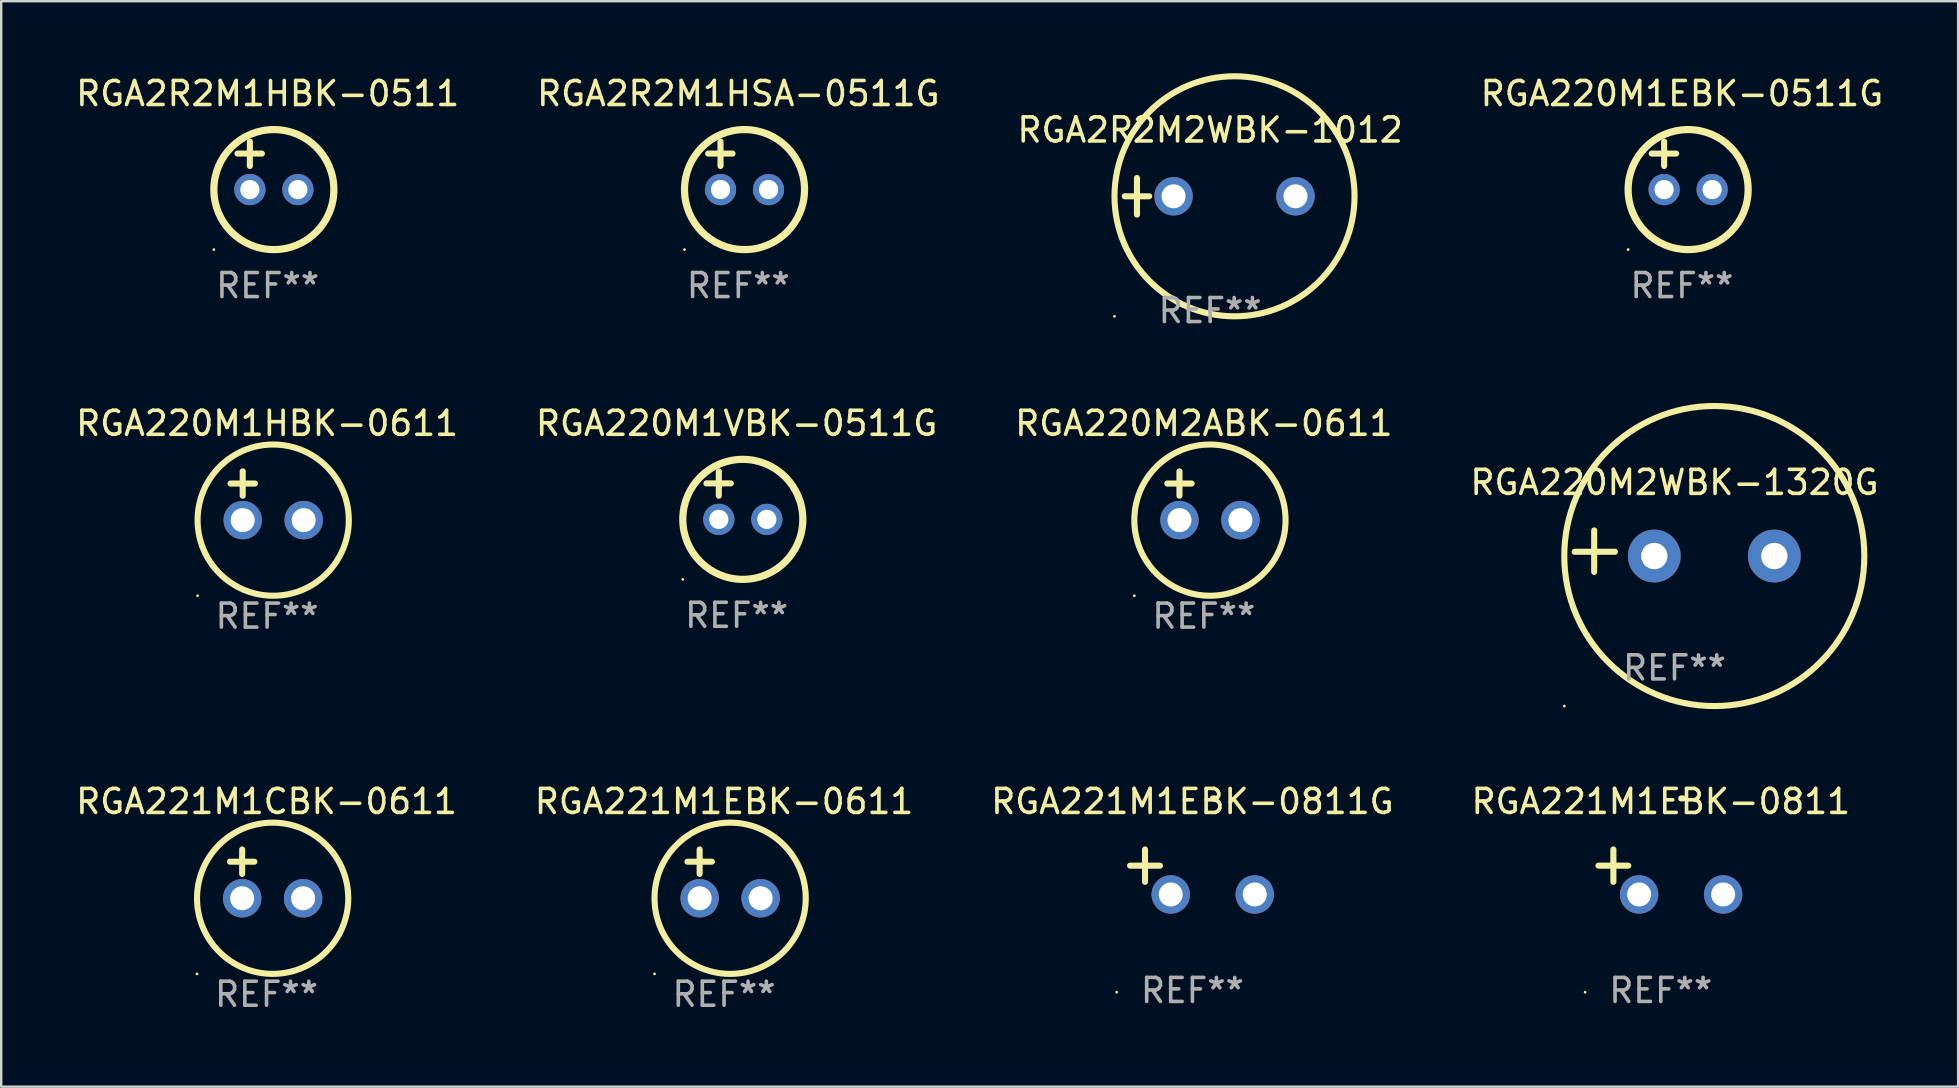
<source format=kicad_pcb>
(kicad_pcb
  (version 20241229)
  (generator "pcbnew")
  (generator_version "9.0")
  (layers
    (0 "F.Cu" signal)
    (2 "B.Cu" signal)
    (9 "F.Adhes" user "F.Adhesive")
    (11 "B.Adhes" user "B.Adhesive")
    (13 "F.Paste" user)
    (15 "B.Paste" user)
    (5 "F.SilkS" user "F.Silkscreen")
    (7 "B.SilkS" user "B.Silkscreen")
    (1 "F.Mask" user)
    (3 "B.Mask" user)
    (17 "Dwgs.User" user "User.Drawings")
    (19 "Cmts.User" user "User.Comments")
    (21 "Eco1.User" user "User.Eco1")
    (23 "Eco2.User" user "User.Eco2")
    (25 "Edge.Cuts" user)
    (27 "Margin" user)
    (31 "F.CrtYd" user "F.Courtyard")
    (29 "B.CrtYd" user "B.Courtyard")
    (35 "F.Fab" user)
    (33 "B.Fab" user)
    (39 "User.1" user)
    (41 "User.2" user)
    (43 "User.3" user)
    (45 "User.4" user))
  (footprint "RGA221M1EBK-0811G"
    (layer "F.Cu")
    (at 46.625 33.276)
    (property "Reference" "RGA221M1EBK-0811G" (at 0 -2.937 0) (layer "F.SilkS") (effects (font (size 1 1) (thickness 0.15))))
    (attr through_hole)
    (fp_line (start -1.975 0.41) (end -1.975 -0.937) (stroke (width 0.254) (type solid)) (layer "F.SilkS"))
    (fp_line (start -1.353 -0.263) (end -2.597 -0.263) (stroke (width 0.254) (type solid)) (layer "F.SilkS"))
    (fp_arc (start 0.849809 -3.063957) (mid 0.885369 -3.064114) (end 0.920929 -3.063957) (stroke (width 0.254001) (type solid)) (layer "F.SilkS"))
    (fp_circle (center -3.154 5.008) (end -3.124 5.008) (stroke (width 0.06) (type solid)) (fill no) (layer "F.SilkS"))
    (fp_text user "REF**" (at 0 4.937 0) (layer "F.Fab") (effects (font (size 1 1) (thickness 0.15))))
    (pad "1" thru_hole circle (at -0.903 0.937) (size 1.6 1.6) (drill 1) (layers "*.Cu" "*.Mask"))
    (pad "2" thru_hole circle (at 2.597 0.937) (size 1.6 1.6) (drill 1) (layers "*.Cu" "*.Mask")))
  (footprint "RGA2R2M2WBK-1012"
    (layer "F.Cu")
    (at 47.363 5.127)
    (property "Reference" "RGA2R2M2WBK-1012" (at 0 -2.762 0) (layer "F.SilkS") (effects (font (size 1 1) (thickness 0.15))))
    (attr through_hole)
    (fp_line (start -3.556 0) (end -2.54 0) (stroke (width 0.254) (type solid)) (layer "F.SilkS"))
    (fp_line (start -3.048 -0.762) (end -3.048 0.762) (stroke (width 0.254) (type solid)) (layer "F.SilkS"))
    (fp_circle (center -3.984 5) (end -3.954 5) (stroke (width 0.06) (type solid)) (fill no) (layer "F.SilkS"))
    (fp_circle (center 1.016 0) (end 6.016 0) (stroke (width 0.254) (type solid)) (fill no) (layer "F.SilkS"))
    (fp_text user "REF**" (at 0 4.762 0) (layer "F.Fab") (effects (font (size 1 1) (thickness 0.15))))
    (pad "1" thru_hole circle (at -1.524 0) (size 1.6 1.6) (drill 1) (layers "*.Cu" "*.Mask"))
    (pad "2" thru_hole circle (at 3.556 0) (size 1.6 1.6) (drill 1) (layers "*.Cu" "*.Mask")))
  (footprint "RGA220M1HBK-0611"
    (layer "F.Cu")
    (at 8.077 17.602)
    (property "Reference" "RGA220M1HBK-0611" (at 0 -3.016 0) (layer "F.SilkS") (effects (font (size 1 1) (thickness 0.15))))
    (attr through_hole)
    (fp_line (start -1.524 -0.508) (end -0.508 -0.508) (stroke (width 0.254) (type solid)) (layer "F.SilkS"))
    (fp_line (start -1.016 -1.016) (end -1.016 0) (stroke (width 0.254) (type solid)) (layer "F.SilkS"))
    (fp_circle (center -2.896 4.166) (end -2.866 4.166) (stroke (width 0.06) (type solid)) (fill no) (layer "F.SilkS"))
    (fp_circle (center 0.254 1.016) (end 3.404 1.016) (stroke (width 0.254) (type solid)) (fill no) (layer "F.SilkS"))
    (fp_text user "REF**" (at 0 5.016 0) (layer "F.Fab") (effects (font (size 1 1) (thickness 0.15))))
    (pad "1" thru_hole circle (at -1.016 1.016) (size 1.6 1.6) (drill 1) (layers "*.Cu" "*.Mask"))
    (pad "2" thru_hole circle (at 1.524 1.016) (size 1.6 1.6) (drill 1) (layers "*.Cu" "*.Mask")))
  (footprint "RGA2R2M1HSA-0511G"
    (layer "F.Cu")
    (at 27.708 3.848)
    (property "Reference" "RGA2R2M1HSA-0511G" (at 0 -3 0) (layer "F.SilkS") (effects (font (size 1 1) (thickness 0.15))))
    (attr through_hole)
    (fp_line (start -1.258 -0.5) (end -0.242 -0.5) (stroke (width 0.254) (type solid)) (layer "F.SilkS"))
    (fp_line (start -0.742 -1) (end -0.742 0.016) (stroke (width 0.254) (type solid)) (layer "F.SilkS"))
    (fp_circle (center -2.242 3.5) (end -2.212 3.5) (stroke (width 0.06) (type solid)) (fill no) (layer "F.SilkS"))
    (fp_circle (center 0.258 1) (end 2.758 1) (stroke (width 0.3) (type solid)) (fill no) (layer "F.SilkS"))
    (fp_text user "REF**" (at 0 5 0) (layer "F.Fab") (effects (font (size 1 1) (thickness 0.15))))
    (pad "1" thru_hole circle (at -0.742 1) (size 1.3 1.3) (drill 0.8) (layers "*.Cu" "*.Mask"))
    (pad "2" thru_hole circle (at 1.258 1) (size 1.3 1.3) (drill 0.8) (layers "*.Cu" "*.Mask")))
  (footprint "RGA220M2ABK-0611"
    (layer "F.Cu")
    (at 47.101 17.602)
    (property "Reference" "RGA220M2ABK-0611" (at 0 -3.016 0) (layer "F.SilkS") (effects (font (size 1 1) (thickness 0.15))))
    (attr through_hole)
    (fp_line (start -1.524 -0.508) (end -0.508 -0.508) (stroke (width 0.254) (type solid)) (layer "F.SilkS"))
    (fp_line (start -1.016 -1.016) (end -1.016 0) (stroke (width 0.254) (type solid)) (layer "F.SilkS"))
    (fp_circle (center -2.896 4.166) (end -2.866 4.166) (stroke (width 0.06) (type solid)) (fill no) (layer "F.SilkS"))
    (fp_circle (center 0.254 1.016) (end 3.404 1.016) (stroke (width 0.254) (type solid)) (fill no) (layer "F.SilkS"))
    (fp_text user "REF**" (at 0 5.016 0) (layer "F.Fab") (effects (font (size 1 1) (thickness 0.15))))
    (pad "1" thru_hole circle (at -1.016 1.016) (size 1.6 1.6) (drill 1) (layers "*.Cu" "*.Mask"))
    (pad "2" thru_hole circle (at 1.524 1.016) (size 1.6 1.6) (drill 1) (layers "*.Cu" "*.Mask")))
  (footprint "RGA2R2M1HBK-0511"
    (layer "F.Cu")
    (at 8.101 3.848)
    (property "Reference" "RGA2R2M1HBK-0511" (at 0 -3 0) (layer "F.SilkS") (effects (font (size 1 1) (thickness 0.15))))
    (attr through_hole)
    (fp_line (start -1.258 -0.5) (end -0.242 -0.5) (stroke (width 0.254) (type solid)) (layer "F.SilkS"))
    (fp_line (start -0.742 -1) (end -0.742 0.016) (stroke (width 0.254) (type solid)) (layer "F.SilkS"))
    (fp_circle (center -2.242 3.5) (end -2.212 3.5) (stroke (width 0.06) (type solid)) (fill no) (layer "F.SilkS"))
    (fp_circle (center 0.258 1) (end 2.758 1) (stroke (width 0.3) (type solid)) (fill no) (layer "F.SilkS"))
    (fp_text user "REF**" (at 0 5 0) (layer "F.Fab") (effects (font (size 1 1) (thickness 0.15))))
    (pad "1" thru_hole circle (at -0.742 1) (size 1.3 1.3) (drill 0.8) (layers "*.Cu" "*.Mask"))
    (pad "2" thru_hole circle (at 1.258 1) (size 1.3 1.3) (drill 0.8) (layers "*.Cu" "*.Mask")))
  (footprint "RGA220M1VBK-0511G"
    (layer "F.Cu")
    (at 27.637 17.586)
    (property "Reference" "RGA220M1VBK-0511G" (at 0 -3 0) (layer "F.SilkS") (effects (font (size 1 1) (thickness 0.15))))
    (attr through_hole)
    (fp_line (start -1.258 -0.5) (end -0.242 -0.5) (stroke (width 0.254) (type solid)) (layer "F.SilkS"))
    (fp_line (start -0.742 -1) (end -0.742 0.016) (stroke (width 0.254) (type solid)) (layer "F.SilkS"))
    (fp_circle (center -2.242 3.5) (end -2.212 3.5) (stroke (width 0.06) (type solid)) (fill no) (layer "F.SilkS"))
    (fp_circle (center 0.258 1) (end 2.758 1) (stroke (width 0.3) (type solid)) (fill no) (layer "F.SilkS"))
    (fp_text user "REF**" (at 0 5 0) (layer "F.Fab") (effects (font (size 1 1) (thickness 0.15))))
    (pad "1" thru_hole circle (at -0.742 1) (size 1.3 1.3) (drill 0.8) (layers "*.Cu" "*.Mask"))
    (pad "2" thru_hole circle (at 1.258 1) (size 1.3 1.3) (drill 0.8) (layers "*.Cu" "*.Mask")))
  (footprint "RGA220M2WBK-1320G"
    (layer "F.Cu")
    (at 66.708 19.911)
    (property "Reference" "RGA220M2WBK-1320G" (at 0 -2.864 0) (layer "F.SilkS") (effects (font (size 1 1) (thickness 0.15))))
    (attr through_hole)
    (fp_line (start -3.346 0.864) (end -3.346 -0.864) (stroke (width 0.254) (type solid)) (layer "F.SilkS"))
    (fp_line (start -2.482 0.025) (end -4.158 0.025) (stroke (width 0.254) (type solid)) (layer "F.SilkS"))
    (fp_circle (center -4.592 6.453) (end -4.562 6.453) (stroke (width 0.06) (type solid)) (fill no) (layer "F.SilkS"))
    (fp_circle (center 1.658 0.203) (end 7.908 0.203) (stroke (width 0.254) (type solid)) (fill no) (layer "F.SilkS"))
    (fp_text user "REF**" (at 0 4.864 0) (layer "F.Fab") (effects (font (size 1 1) (thickness 0.15))))
    (pad "1" thru_hole circle (at -0.842 0.203) (size 2.2 2.2) (drill 1.1) (layers "*.Cu" "*.Mask"))
    (pad "2" thru_hole circle (at 4.158 0.203) (size 2.2 2.2) (drill 1.1) (layers "*.Cu" "*.Mask")))
  (footprint "RGA221M1CBK-0611"
    (layer "F.Cu")
    (at 8.054 33.355)
    (property "Reference" "RGA221M1CBK-0611" (at 0 -3.016 0) (layer "F.SilkS") (effects (font (size 1 1) (thickness 0.15))))
    (attr through_hole)
    (fp_line (start -1.524 -0.508) (end -0.508 -0.508) (stroke (width 0.254) (type solid)) (layer "F.SilkS"))
    (fp_line (start -1.016 -1.016) (end -1.016 0) (stroke (width 0.254) (type solid)) (layer "F.SilkS"))
    (fp_circle (center -2.896 4.166) (end -2.866 4.166) (stroke (width 0.06) (type solid)) (fill no) (layer "F.SilkS"))
    (fp_circle (center 0.254 1.016) (end 3.404 1.016) (stroke (width 0.254) (type solid)) (fill no) (layer "F.SilkS"))
    (fp_text user "REF**" (at 0 5.016 0) (layer "F.Fab") (effects (font (size 1 1) (thickness 0.15))))
    (pad "1" thru_hole circle (at -1.016 1.016) (size 1.6 1.6) (drill 1) (layers "*.Cu" "*.Mask"))
    (pad "2" thru_hole circle (at 1.524 1.016) (size 1.6 1.6) (drill 1) (layers "*.Cu" "*.Mask")))
  (footprint "RGA221M1EBK-0811"
    (layer "F.Cu")
    (at 66.137 33.276)
    (property "Reference" "RGA221M1EBK-0811" (at 0 -2.937 0) (layer "F.SilkS") (effects (font (size 1 1) (thickness 0.15))))
    (attr through_hole)
    (fp_line (start -1.975 0.41) (end -1.975 -0.937) (stroke (width 0.254) (type solid)) (layer "F.SilkS"))
    (fp_line (start -1.353 -0.263) (end -2.597 -0.263) (stroke (width 0.254) (type solid)) (layer "F.SilkS"))
    (fp_arc (start 0.849809 -3.063957) (mid 0.885369 -3.064114) (end 0.920929 -3.063957) (stroke (width 0.254001) (type solid)) (layer "F.SilkS"))
    (fp_circle (center -3.154 5.008) (end -3.124 5.008) (stroke (width 0.06) (type solid)) (fill no) (layer "F.SilkS"))
    (fp_text user "REF**" (at 0 4.937 0) (layer "F.Fab") (effects (font (size 1 1) (thickness 0.15))))
    (pad "1" thru_hole circle (at -0.903 0.937) (size 1.6 1.6) (drill 1) (layers "*.Cu" "*.Mask"))
    (pad "2" thru_hole circle (at 2.597 0.937) (size 1.6 1.6) (drill 1) (layers "*.Cu" "*.Mask")))
  (footprint "RGA221M1EBK-0611"
    (layer "F.Cu")
    (at 27.113 33.355)
    (property "Reference" "RGA221M1EBK-0611" (at 0 -3.016 0) (layer "F.SilkS") (effects (font (size 1 1) (thickness 0.15))))
    (attr through_hole)
    (fp_line (start -1.524 -0.508) (end -0.508 -0.508) (stroke (width 0.254) (type solid)) (layer "F.SilkS"))
    (fp_line (start -1.016 -1.016) (end -1.016 0) (stroke (width 0.254) (type solid)) (layer "F.SilkS"))
    (fp_circle (center -2.896 4.166) (end -2.866 4.166) (stroke (width 0.06) (type solid)) (fill no) (layer "F.SilkS"))
    (fp_circle (center 0.254 1.016) (end 3.404 1.016) (stroke (width 0.254) (type solid)) (fill no) (layer "F.SilkS"))
    (fp_text user "REF**" (at 0 5.016 0) (layer "F.Fab") (effects (font (size 1 1) (thickness 0.15))))
    (pad "1" thru_hole circle (at -1.016 1.016) (size 1.6 1.6) (drill 1) (layers "*.Cu" "*.Mask"))
    (pad "2" thru_hole circle (at 1.524 1.016) (size 1.6 1.6) (drill 1) (layers "*.Cu" "*.Mask")))
  (footprint "RGA220M1EBK-0511G"
    (layer "F.Cu")
    (at 67.018 3.848)
    (property "Reference" "RGA220M1EBK-0511G" (at 0 -3 0) (layer "F.SilkS") (effects (font (size 1 1) (thickness 0.15))))
    (attr through_hole)
    (fp_line (start -1.258 -0.5) (end -0.242 -0.5) (stroke (width 0.254) (type solid)) (layer "F.SilkS"))
    (fp_line (start -0.742 -1) (end -0.742 0.016) (stroke (width 0.254) (type solid)) (layer "F.SilkS"))
    (fp_circle (center -2.242 3.5) (end -2.212 3.5) (stroke (width 0.06) (type solid)) (fill no) (layer "F.SilkS"))
    (fp_circle (center 0.258 1) (end 2.758 1) (stroke (width 0.3) (type solid)) (fill no) (layer "F.SilkS"))
    (fp_text user "REF**" (at 0 5 0) (layer "F.Fab") (effects (font (size 1 1) (thickness 0.15))))
    (pad "1" thru_hole circle (at -0.742 1) (size 1.3 1.3) (drill 0.8) (layers "*.Cu" "*.Mask"))
    (pad "2" thru_hole circle (at 1.258 1) (size 1.3 1.3) (drill 0.8) (layers "*.Cu" "*.Mask")))
  (gr_rect
    (start -3 -3)
    (end 78.524 42.22)
    (stroke (width 0.1) (type default))
    (fill no)
    (layer "Edge.Cuts")))
</source>
